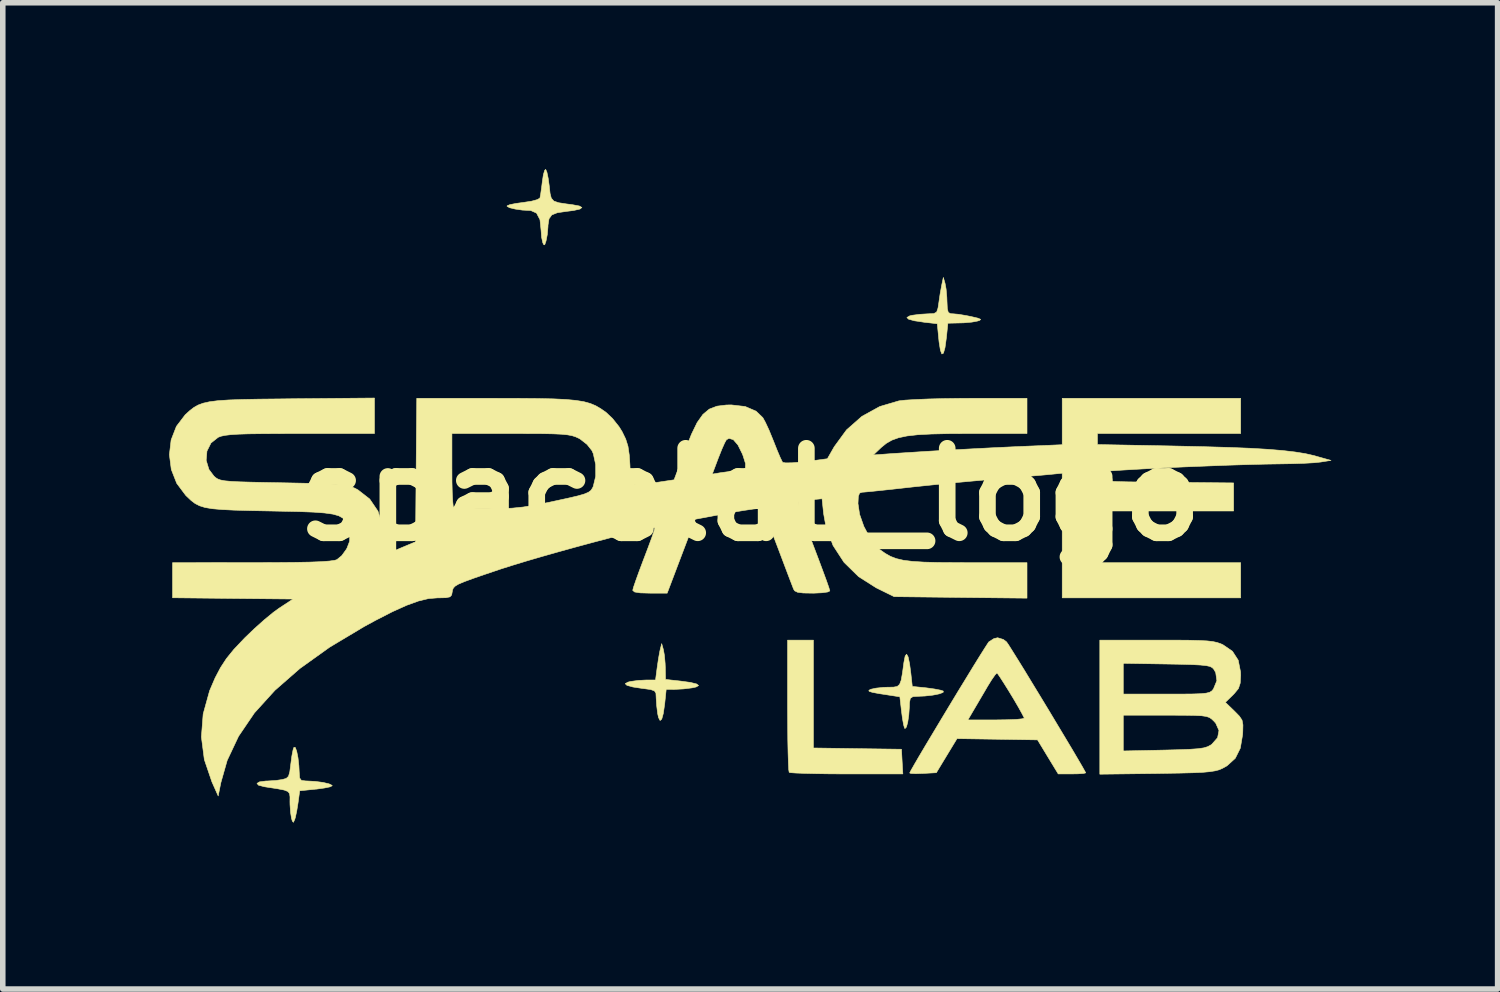
<source format=kicad_pcb>
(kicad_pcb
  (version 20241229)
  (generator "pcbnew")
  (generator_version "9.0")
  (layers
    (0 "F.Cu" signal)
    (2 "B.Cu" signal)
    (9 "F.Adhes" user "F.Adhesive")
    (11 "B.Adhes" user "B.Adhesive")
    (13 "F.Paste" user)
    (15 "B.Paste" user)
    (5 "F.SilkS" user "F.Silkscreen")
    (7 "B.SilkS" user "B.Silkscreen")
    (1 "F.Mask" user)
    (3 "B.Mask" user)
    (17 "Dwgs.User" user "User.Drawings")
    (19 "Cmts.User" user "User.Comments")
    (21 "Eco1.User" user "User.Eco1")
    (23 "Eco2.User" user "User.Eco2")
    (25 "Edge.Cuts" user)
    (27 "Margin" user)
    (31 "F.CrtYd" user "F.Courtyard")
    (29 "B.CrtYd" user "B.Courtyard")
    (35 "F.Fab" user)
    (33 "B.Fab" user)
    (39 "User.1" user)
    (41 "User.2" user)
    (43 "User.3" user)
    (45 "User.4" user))
  (footprint "spacelab_logo"
    (layer "F.Cu")
    (at 10.476 5.869)
    (property "Reference" "spacelab_logo" (at 0 0 0) (layer "F.SilkS") (effects (font (size 1.524 1.524) (thickness 0.3))))
    (attr through_hole)
    (fp_poly (pts (xy 1.143 4.57) (xy 1.937 4.582) (xy 2.731 4.593) (xy 2.743 4.815) (xy 2.756 5.038) (xy 1.745 5.038) (xy 1.46 5.037) (xy 1.205 5.033) (xy 0.989 5.028) (xy 0.827 5.022) (xy 0.729 5.015) (xy 0.706 5.009) (xy 0.698 4.961) (xy 0.692 4.84) (xy 0.686 4.655) (xy 0.681 4.42) (xy 0.679 4.144) (xy 0.677 3.839) (xy 0.677 3.803) (xy 0.677 2.625) (xy 1.143 2.625) (xy 1.143 4.57)) (stroke (width 0.01) (type solid)) (fill yes) (layer "F.SilkS"))
    (fp_poly (pts (xy -1.563 2.794) (xy -1.544 2.899) (xy -1.531 3.045) (xy -1.528 3.117) (xy -1.524 3.334) (xy -1.258 3.363) (xy -1.074 3.388) (xy -0.962 3.416) (xy -0.928 3.444) (xy -0.972 3.47) (xy -1.044 3.486) (xy -1.2 3.505) (xy -1.354 3.513) (xy -1.359 3.513) (xy -1.512 3.514) (xy -1.539 3.776) (xy -1.564 3.948) (xy -1.592 4.049) (xy -1.622 4.075) (xy -1.65 4.022) (xy -1.666 3.95) (xy -1.684 3.803) (xy -1.693 3.664) (xy -1.693 3.657) (xy -1.697 3.582) (xy -1.724 3.54) (xy -1.793 3.516) (xy -1.924 3.498) (xy -1.937 3.497) (xy -2.113 3.47) (xy -2.219 3.441) (xy -2.251 3.411) (xy -2.203 3.383) (xy -2.157 3.371) (xy -2.017 3.352) (xy -1.866 3.344) (xy -1.863 3.344) (xy -1.704 3.344) (xy -1.675 3.122) (xy -1.653 2.972) (xy -1.63 2.841) (xy -1.62 2.794) (xy -1.593 2.688) (xy -1.563 2.794)) (stroke (width 0.01) (type solid)) (fill yes) (layer "F.SilkS"))
    (fp_poly (pts (xy 2.851 2.927) (xy 2.878 3.055) (xy 2.9 3.222) (xy 2.926 3.46) (xy 3.181 3.486) (xy 3.325 3.506) (xy 3.438 3.528) (xy 3.486 3.544) (xy 3.482 3.568) (xy 3.413 3.594) (xy 3.297 3.617) (xy 3.153 3.633) (xy 3.037 3.638) (xy 2.938 3.644) (xy 2.891 3.674) (xy 2.876 3.751) (xy 2.874 3.821) (xy 2.863 3.976) (xy 2.844 4.106) (xy 2.82 4.193) (xy 2.795 4.22) (xy 2.787 4.212) (xy 2.769 4.15) (xy 2.748 4.032) (xy 2.732 3.908) (xy 2.702 3.647) (xy 2.526 3.62) (xy 2.33 3.59) (xy 2.207 3.567) (xy 2.148 3.548) (xy 2.143 3.53) (xy 2.18 3.511) (xy 2.18 3.511) (xy 2.271 3.491) (xy 2.407 3.477) (xy 2.484 3.474) (xy 2.586 3.473) (xy 2.654 3.461) (xy 2.697 3.424) (xy 2.726 3.348) (xy 2.749 3.218) (xy 2.775 3.027) (xy 2.798 2.911) (xy 2.824 2.879) (xy 2.851 2.927)) (stroke (width 0.01) (type solid)) (fill yes) (layer "F.SilkS"))
    (fp_poly (pts (xy 3.517 -3.81) (xy 3.536 -3.706) (xy 3.549 -3.56) (xy 3.552 -3.482) (xy 3.558 -3.352) (xy 3.575 -3.286) (xy 3.615 -3.262) (xy 3.66 -3.26) (xy 3.761 -3.251) (xy 3.903 -3.227) (xy 3.988 -3.21) (xy 4.111 -3.181) (xy 4.159 -3.16) (xy 4.143 -3.142) (xy 4.106 -3.13) (xy 4.001 -3.11) (xy 3.855 -3.097) (xy 3.784 -3.095) (xy 3.568 -3.09) (xy 3.541 -2.828) (xy 3.516 -2.648) (xy 3.488 -2.55) (xy 3.459 -2.535) (xy 3.433 -2.603) (xy 3.409 -2.754) (xy 3.406 -2.784) (xy 3.377 -3.081) (xy 3.138 -3.108) (xy 2.964 -3.134) (xy 2.859 -3.163) (xy 2.829 -3.193) (xy 2.878 -3.222) (xy 2.923 -3.233) (xy 3.063 -3.251) (xy 3.214 -3.26) (xy 3.218 -3.26) (xy 3.314 -3.264) (xy 3.365 -3.291) (xy 3.39 -3.363) (xy 3.405 -3.461) (xy 3.427 -3.613) (xy 3.452 -3.752) (xy 3.459 -3.789) (xy 3.486 -3.916) (xy 3.517 -3.81)) (stroke (width 0.01) (type solid)) (fill yes) (layer "F.SilkS"))
    (fp_poly (pts (xy -3.663 -5.814) (xy -3.64 -5.704) (xy -3.621 -5.567) (xy -3.606 -5.431) (xy -3.584 -5.345) (xy -3.538 -5.293) (xy -3.452 -5.263) (xy -3.308 -5.241) (xy -3.206 -5.228) (xy -3.077 -5.204) (xy -3.032 -5.177) (xy -3.067 -5.149) (xy -3.182 -5.123) (xy -3.309 -5.107) (xy -3.475 -5.083) (xy -3.575 -5.043) (xy -3.625 -4.974) (xy -3.643 -4.859) (xy -3.644 -4.826) (xy -3.656 -4.69) (xy -3.679 -4.572) (xy -3.703 -4.503) (xy -3.723 -4.51) (xy -3.738 -4.544) (xy -3.759 -4.64) (xy -3.768 -4.763) (xy -3.788 -4.957) (xy -3.85 -5.076) (xy -3.953 -5.122) (xy -3.968 -5.123) (xy -4.105 -5.13) (xy -4.236 -5.149) (xy -4.336 -5.173) (xy -4.382 -5.199) (xy -4.381 -5.207) (xy -4.332 -5.228) (xy -4.223 -5.25) (xy -4.083 -5.269) (xy -3.939 -5.291) (xy -3.833 -5.32) (xy -3.789 -5.348) (xy -3.776 -5.415) (xy -3.759 -5.536) (xy -3.746 -5.641) (xy -3.727 -5.768) (xy -3.703 -5.848) (xy -3.685 -5.864) (xy -3.663 -5.814)) (stroke (width 0.01) (type solid)) (fill yes) (layer "F.SilkS"))
    (fp_poly (pts (xy -8.2 4.562) (xy -8.175 4.631) (xy -8.152 4.747) (xy -8.136 4.89) (xy -8.13 5.006) (xy -8.123 5.11) (xy -8.09 5.155) (xy -8.01 5.165) (xy -7.99 5.165) (xy -7.843 5.173) (xy -7.702 5.191) (xy -7.592 5.217) (xy -7.538 5.244) (xy -7.535 5.251) (xy -7.574 5.271) (xy -7.676 5.292) (xy -7.819 5.312) (xy -7.828 5.312) (xy -8.121 5.342) (xy -8.151 5.56) (xy -8.174 5.703) (xy -8.199 5.821) (xy -8.211 5.86) (xy -8.235 5.911) (xy -8.254 5.889) (xy -8.269 5.839) (xy -8.286 5.733) (xy -8.296 5.59) (xy -8.297 5.54) (xy -8.296 5.452) (xy -8.304 5.394) (xy -8.334 5.355) (xy -8.4 5.329) (xy -8.517 5.306) (xy -8.7 5.278) (xy -8.758 5.269) (xy -8.864 5.241) (xy -8.892 5.209) (xy -8.846 5.181) (xy -8.732 5.166) (xy -8.694 5.165) (xy -8.55 5.156) (xy -8.435 5.139) (xy -8.364 5.119) (xy -8.323 5.081) (xy -8.3 5.001) (xy -8.282 4.861) (xy -8.263 4.717) (xy -8.241 4.604) (xy -8.225 4.558) (xy -8.2 4.562)) (stroke (width 0.01) (type solid)) (fill yes) (layer "F.SilkS"))
    (fp_poly (pts (xy 4.568 2.613) (xy 4.625 2.656) (xy 4.66 2.706) (xy 4.73 2.817) (xy 4.83 2.977) (xy 4.953 3.176) (xy 5.092 3.405) (xy 5.242 3.651) (xy 5.396 3.905) (xy 5.547 4.157) (xy 5.69 4.395) (xy 5.818 4.609) (xy 5.924 4.789) (xy 6.002 4.923) (xy 6.046 5.003) (xy 6.054 5.019) (xy 6.015 5.029) (xy 5.916 5.036) (xy 5.806 5.038) (xy 5.558 5.038) (xy 5.371 4.731) (xy 5.185 4.424) (xy 3.733 4.401) (xy 3.546 4.709) (xy 3.36 5.016) (xy 3.119 5.029) (xy 2.989 5.033) (xy 2.902 5.029) (xy 2.879 5.021) (xy 2.9 4.979) (xy 2.959 4.875) (xy 3.049 4.72) (xy 3.165 4.524) (xy 3.3 4.299) (xy 3.441 4.064) (xy 3.929 4.064) (xy 4.444 4.064) (xy 4.64 4.061) (xy 4.8 4.055) (xy 4.907 4.044) (xy 4.946 4.032) (xy 4.946 4.031) (xy 4.906 3.953) (xy 4.839 3.832) (xy 4.755 3.688) (xy 4.664 3.538) (xy 4.577 3.399) (xy 4.506 3.289) (xy 4.462 3.226) (xy 4.452 3.218) (xy 4.419 3.252) (xy 4.356 3.342) (xy 4.278 3.468) (xy 4.27 3.483) (xy 4.176 3.643) (xy 4.085 3.798) (xy 4.022 3.905) (xy 3.929 4.064) (xy 3.441 4.064) (xy 3.447 4.054) (xy 3.6 3.8) (xy 3.753 3.547) (xy 3.9 3.307) (xy 4.033 3.089) (xy 4.147 2.905) (xy 4.236 2.764) (xy 4.292 2.677) (xy 4.307 2.656) (xy 4.399 2.597) (xy 4.466 2.582) (xy 4.568 2.613)) (stroke (width 0.01) (type solid)) (fill yes) (layer "F.SilkS"))
    (fp_poly (pts (xy 7.657 2.625) (xy 7.909 2.627) (xy 8.1 2.632) (xy 8.242 2.639) (xy 8.346 2.651) (xy 8.424 2.668) (xy 8.488 2.69) (xy 8.528 2.708) (xy 8.7 2.826) (xy 8.804 2.987) (xy 8.846 3.199) (xy 8.848 3.259) (xy 8.84 3.401) (xy 8.808 3.498) (xy 8.735 3.587) (xy 8.71 3.613) (xy 8.572 3.747) (xy 8.736 3.905) (xy 8.825 3.996) (xy 8.873 4.068) (xy 8.889 4.154) (xy 8.886 4.284) (xy 8.883 4.33) (xy 8.842 4.573) (xy 8.751 4.756) (xy 8.601 4.892) (xy 8.52 4.937) (xy 8.461 4.963) (xy 8.389 4.982) (xy 8.294 4.997) (xy 8.164 5.009) (xy 7.988 5.017) (xy 7.753 5.023) (xy 7.45 5.028) (xy 7.334 5.03) (xy 6.308 5.043) (xy 6.308 3.979) (xy 6.731 3.979) (xy 6.731 4.624) (xy 7.47 4.608) (xy 7.741 4.601) (xy 7.941 4.593) (xy 8.083 4.583) (xy 8.183 4.568) (xy 8.252 4.547) (xy 8.305 4.519) (xy 8.327 4.504) (xy 8.432 4.385) (xy 8.457 4.255) (xy 8.399 4.124) (xy 8.365 4.086) (xy 8.325 4.048) (xy 8.284 4.02) (xy 8.227 4.001) (xy 8.143 3.989) (xy 8.017 3.983) (xy 7.837 3.98) (xy 7.589 3.979) (xy 7.495 3.979) (xy 6.731 3.979) (xy 6.308 3.979) (xy 6.308 3.598) (xy 6.731 3.598) (xy 7.512 3.598) (xy 7.787 3.598) (xy 7.99 3.596) (xy 8.133 3.591) (xy 8.228 3.581) (xy 8.288 3.566) (xy 8.326 3.543) (xy 8.353 3.512) (xy 8.358 3.504) (xy 8.419 3.356) (xy 8.398 3.21) (xy 8.364 3.151) (xy 8.337 3.122) (xy 8.296 3.1) (xy 8.228 3.085) (xy 8.121 3.074) (xy 7.964 3.066) (xy 7.745 3.06) (xy 7.518 3.056) (xy 6.731 3.043) (xy 6.731 3.598) (xy 6.308 3.598) (xy 6.308 2.625) (xy 7.331 2.625) (xy 7.657 2.625)) (stroke (width 0.01) (type solid)) (fill yes) (layer "F.SilkS"))
    (fp_poly (pts (xy -6.773 -1.101) (xy -8.111 -1.101) (xy -8.494 -1.1) (xy -8.802 -1.098) (xy -9.043 -1.095) (xy -9.228 -1.089) (xy -9.366 -1.08) (xy -9.466 -1.068) (xy -9.537 -1.053) (xy -9.589 -1.034) (xy -9.591 -1.033) (xy -9.721 -0.93) (xy -9.794 -0.784) (xy -9.808 -0.618) (xy -9.758 -0.453) (xy -9.668 -0.333) (xy -9.634 -0.303) (xy -9.597 -0.28) (xy -9.546 -0.262) (xy -9.472 -0.248) (xy -9.364 -0.238) (xy -9.211 -0.23) (xy -9.004 -0.224) (xy -8.733 -0.218) (xy -8.41 -0.212) (xy -8.068 -0.205) (xy -7.799 -0.199) (xy -7.594 -0.192) (xy -7.439 -0.184) (xy -7.326 -0.172) (xy -7.243 -0.157) (xy -7.178 -0.138) (xy -7.121 -0.112) (xy -7.071 -0.085) (xy -6.859 0.08) (xy -6.71 0.299) (xy -6.626 0.565) (xy -6.611 0.873) (xy -6.611 0.875) (xy -6.619 1) (xy -6.623 1.082) (xy -6.624 1.101) (xy -6.587 1.086) (xy -6.492 1.045) (xy -6.357 0.989) (xy -6.328 0.976) (xy -6.032 0.852) (xy -6.016 -1.101) (xy -5.376 -1.101) (xy -5.376 -0.452) (xy -5.375 -0.225) (xy -5.37 -0.029) (xy -5.362 0.12) (xy -5.353 0.209) (xy -5.348 0.226) (xy -5.298 0.236) (xy -5.179 0.245) (xy -5.008 0.252) (xy -4.802 0.256) (xy -4.745 0.256) (xy -4.496 0.254) (xy -4.288 0.245) (xy -4.092 0.225) (xy -3.881 0.191) (xy -3.626 0.14) (xy -3.525 0.118) (xy -3.281 0.065) (xy -3.106 0.024) (xy -2.988 -0.01) (xy -2.913 -0.042) (xy -2.868 -0.076) (xy -2.841 -0.118) (xy -2.827 -0.148) (xy -2.783 -0.331) (xy -2.784 -0.542) (xy -2.826 -0.736) (xy -2.851 -0.793) (xy -2.939 -0.904) (xy -3.063 -1.001) (xy -3.09 -1.016) (xy -3.147 -1.042) (xy -3.21 -1.062) (xy -3.29 -1.077) (xy -3.399 -1.088) (xy -3.548 -1.095) (xy -3.748 -1.099) (xy -4.012 -1.1) (xy -4.316 -1.101) (xy -5.376 -1.101) (xy -6.016 -1.101) (xy -6.01 -1.736) (xy -4.6 -1.736) (xy -4.177 -1.735) (xy -3.829 -1.732) (xy -3.547 -1.726) (xy -3.32 -1.715) (xy -3.14 -1.698) (xy -2.997 -1.675) (xy -2.881 -1.643) (xy -2.783 -1.602) (xy -2.694 -1.55) (xy -2.603 -1.487) (xy -2.6 -1.485) (xy -2.481 -1.373) (xy -2.363 -1.225) (xy -2.307 -1.135) (xy -2.242 -1.001) (xy -2.201 -0.871) (xy -2.178 -0.714) (xy -2.166 -0.54) (xy -2.159 -0.367) (xy -2.145 -0.256) (xy -2.11 -0.195) (xy -2.038 -0.174) (xy -1.915 -0.183) (xy -1.725 -0.212) (xy -1.69 -0.218) (xy -1.37 -0.266) (xy -1.331 -0.369) (xy -0.681 -0.369) (xy -0.52 -0.396) (xy -0.383 -0.414) (xy -0.264 -0.423) (xy -0.254 -0.424) (xy -0.14 -0.435) (xy -0.084 -0.475) (xy -0.081 -0.558) (xy -0.125 -0.698) (xy -0.138 -0.733) (xy -0.218 -0.894) (xy -0.301 -0.99) (xy -0.38 -1.014) (xy -0.426 -0.988) (xy -0.457 -0.933) (xy -0.507 -0.821) (xy -0.565 -0.676) (xy -0.571 -0.661) (xy -0.681 -0.369) (xy -1.331 -0.369) (xy -1.168 -0.806) (xy -1.056 -1.088) (xy -0.954 -1.298) (xy -0.85 -1.445) (xy -0.735 -1.541) (xy -0.597 -1.594) (xy -0.428 -1.615) (xy -0.34 -1.617) (xy -0.087 -1.588) (xy 0.109 -1.504) (xy 0.231 -1.387) (xy 0.277 -1.303) (xy 0.341 -1.166) (xy 0.409 -1) (xy 0.428 -0.953) (xy 0.491 -0.794) (xy 0.545 -0.667) (xy 0.582 -0.591) (xy 0.59 -0.58) (xy 0.643 -0.571) (xy 0.76 -0.573) (xy 0.919 -0.586) (xy 1.008 -0.596) (xy 1.395 -0.646) (xy 1.519 -0.863) (xy 1.74 -1.166) (xy 2.017 -1.41) (xy 2.34 -1.588) (xy 2.685 -1.69) (xy 2.799 -1.703) (xy 2.983 -1.714) (xy 3.22 -1.724) (xy 3.494 -1.731) (xy 3.792 -1.735) (xy 3.966 -1.736) (xy 4.995 -1.736) (xy 4.995 -1.101) (xy 3.966 -1.101) (xy 3.582 -1.099) (xy 3.272 -1.092) (xy 3.025 -1.079) (xy 2.831 -1.057) (xy 2.679 -1.025) (xy 2.559 -0.982) (xy 2.459 -0.925) (xy 2.37 -0.853) (xy 2.358 -0.842) (xy 2.223 -0.714) (xy 2.561 -0.739) (xy 2.841 -0.757) (xy 3.184 -0.779) (xy 3.568 -0.801) (xy 3.973 -0.823) (xy 4.377 -0.844) (xy 4.759 -0.862) (xy 4.964 -0.871) (xy 5.63 -0.899) (xy 5.63 -1.736) (xy 8.848 -1.736) (xy 8.848 -1.101) (xy 6.265 -1.101) (xy 6.265 -0.902) (xy 7.673 -0.875) (xy 8.197 -0.863) (xy 8.644 -0.85) (xy 9.023 -0.835) (xy 9.341 -0.816) (xy 9.607 -0.794) (xy 9.829 -0.768) (xy 10.016 -0.738) (xy 10.174 -0.702) (xy 10.215 -0.69) (xy 10.477 -0.616) (xy 10.287 -0.586) (xy 10.171 -0.574) (xy 9.993 -0.564) (xy 9.779 -0.557) (xy 9.552 -0.553) (xy 9.546 -0.553) (xy 9.301 -0.549) (xy 8.99 -0.541) (xy 8.63 -0.53) (xy 8.241 -0.515) (xy 7.839 -0.499) (xy 7.444 -0.481) (xy 7.074 -0.462) (xy 6.746 -0.443) (xy 6.697 -0.44) (xy 6.501 -0.427) (xy 6.376 -0.414) (xy 6.306 -0.397) (xy 6.276 -0.372) (xy 6.272 -0.335) (xy 6.274 -0.323) (xy 6.279 -0.297) (xy 6.294 -0.276) (xy 6.327 -0.26) (xy 6.388 -0.248) (xy 6.486 -0.24) (xy 6.63 -0.234) (xy 6.829 -0.229) (xy 7.092 -0.226) (xy 7.429 -0.222) (xy 7.504 -0.222) (xy 8.721 -0.21) (xy 8.721 0.296) (xy 6.265 0.296) (xy 6.265 1.228) (xy 8.848 1.228) (xy 8.848 1.863) (xy 5.63 1.863) (xy 5.63 -0.385) (xy 5.387 -0.361) (xy 5.266 -0.35) (xy 5.079 -0.334) (xy 4.845 -0.314) (xy 4.583 -0.292) (xy 4.339 -0.272) (xy 4.017 -0.244) (xy 3.658 -0.211) (xy 3.297 -0.175) (xy 2.968 -0.141) (xy 2.815 -0.124) (xy 2.573 -0.097) (xy 2.357 -0.074) (xy 2.182 -0.056) (xy 2.063 -0.045) (xy 2.021 -0.042) (xy 1.976 -0.027) (xy 1.953 0.033) (xy 1.947 0.157) (xy 1.947 0.163) (xy 1.976 0.357) (xy 2.052 0.573) (xy 2.161 0.778) (xy 2.288 0.943) (xy 2.345 0.995) (xy 2.44 1.062) (xy 2.534 1.115) (xy 2.639 1.155) (xy 2.767 1.185) (xy 2.928 1.205) (xy 3.134 1.218) (xy 3.397 1.225) (xy 3.727 1.227) (xy 3.921 1.228) (xy 4.995 1.228) (xy 4.995 1.868) (xy 3.797 1.855) (xy 2.599 1.841) (xy 2.276 1.682) (xy 1.958 1.48) (xy 1.695 1.222) (xy 1.497 0.918) (xy 1.369 0.577) (xy 1.327 0.343) (xy 1.299 0.075) (xy 1.093 0.095) (xy 0.97 0.11) (xy 0.886 0.126) (xy 0.868 0.134) (xy 0.877 0.177) (xy 0.912 0.287) (xy 0.969 0.452) (xy 1.044 0.658) (xy 1.132 0.894) (xy 1.144 0.926) (xy 1.235 1.166) (xy 1.315 1.381) (xy 1.379 1.555) (xy 1.422 1.678) (xy 1.439 1.737) (xy 1.439 1.738) (xy 1.4 1.757) (xy 1.298 1.771) (xy 1.152 1.778) (xy 1.126 1.778) (xy 0.959 1.775) (xy 0.858 1.762) (xy 0.805 1.736) (xy 0.785 1.704) (xy 0.761 1.641) (xy 0.712 1.514) (xy 0.645 1.337) (xy 0.565 1.125) (xy 0.5 0.953) (xy 0.414 0.728) (xy 0.337 0.533) (xy 0.275 0.379) (xy 0.233 0.28) (xy 0.217 0.251) (xy 0.168 0.249) (xy 0.052 0.262) (xy -0.116 0.287) (xy -0.321 0.321) (xy -0.399 0.335) (xy -0.988 0.445) (xy -1.241 1.111) (xy -1.494 1.778) (xy -1.805 1.778) (xy -1.981 1.773) (xy -2.081 1.757) (xy -2.115 1.728) (xy -2.115 1.725) (xy -2.1 1.668) (xy -2.059 1.548) (xy -1.999 1.382) (xy -1.926 1.187) (xy -1.909 1.143) (xy -1.835 0.948) (xy -1.774 0.783) (xy -1.733 0.663) (xy -1.716 0.603) (xy -1.717 0.6) (xy -1.764 0.601) (xy -1.881 0.624) (xy -2.058 0.664) (xy -2.282 0.719) (xy -2.544 0.786) (xy -2.832 0.862) (xy -3.135 0.944) (xy -3.442 1.029) (xy -3.742 1.114) (xy -4.023 1.196) (xy -4.276 1.273) (xy -4.488 1.34) (xy -4.508 1.347) (xy -4.79 1.442) (xy -5.001 1.515) (xy -5.153 1.571) (xy -5.255 1.614) (xy -5.317 1.651) (xy -5.35 1.685) (xy -5.365 1.721) (xy -5.369 1.746) (xy -5.381 1.811) (xy -5.412 1.845) (xy -5.484 1.86) (xy -5.617 1.863) (xy -5.638 1.863) (xy -5.799 1.876) (xy -5.98 1.92) (xy -6.193 1.997) (xy -6.448 2.112) (xy -6.756 2.27) (xy -6.964 2.383) (xy -7.582 2.753) (xy -8.117 3.136) (xy -8.569 3.531) (xy -8.938 3.938) (xy -9.224 4.359) (xy -9.429 4.794) (xy -9.543 5.195) (xy -9.591 5.435) (xy -9.704 5.182) (xy -9.841 4.78) (xy -9.894 4.371) (xy -9.862 3.957) (xy -9.746 3.538) (xy -9.647 3.307) (xy -9.548 3.119) (xy -9.442 2.957) (xy -9.31 2.794) (xy -9.133 2.607) (xy -9.108 2.581) (xy -8.937 2.417) (xy -8.759 2.258) (xy -8.596 2.124) (xy -8.491 2.048) (xy -8.241 1.884) (xy -9.328 1.873) (xy -10.414 1.861) (xy -10.414 1.228) (xy -8.985 1.227) (xy -8.561 1.226) (xy -8.215 1.223) (xy -7.941 1.218) (xy -7.733 1.21) (xy -7.585 1.199) (xy -7.491 1.186) (xy -7.451 1.174) (xy -7.363 1.102) (xy -7.282 0.99) (xy -7.268 0.965) (xy -7.221 0.842) (xy -7.218 0.731) (xy -7.238 0.637) (xy -7.265 0.549) (xy -7.297 0.479) (xy -7.344 0.424) (xy -7.416 0.383) (xy -7.522 0.353) (xy -7.671 0.332) (xy -7.872 0.317) (xy -8.135 0.307) (xy -8.469 0.3) (xy -8.655 0.296) (xy -9.016 0.289) (xy -9.303 0.281) (xy -9.527 0.27) (xy -9.698 0.255) (xy -9.829 0.233) (xy -9.928 0.202) (xy -10.008 0.161) (xy -10.079 0.107) (xy -10.152 0.038) (xy -10.176 0.015) (xy -10.339 -0.203) (xy -10.437 -0.453) (xy -10.471 -0.72) (xy -10.44 -0.985) (xy -10.345 -1.23) (xy -10.185 -1.44) (xy -10.176 -1.448) (xy -10.102 -1.515) (xy -10.031 -1.57) (xy -9.954 -1.614) (xy -9.862 -1.648) (xy -9.746 -1.674) (xy -9.596 -1.693) (xy -9.403 -1.706) (xy -9.158 -1.715) (xy -8.851 -1.721) (xy -8.474 -1.725) (xy -8.244 -1.728) (xy -6.773 -1.741) (xy -6.773 -1.101)) (stroke (width 0.01) (type solid)) (fill yes) (layer "F.SilkS")))
  (gr_rect
    (start -3 -3)
    (end 23.958 14.786)
    (stroke (width 0.1) (type default))
    (fill no)
    (layer "Edge.Cuts")))
</source>
